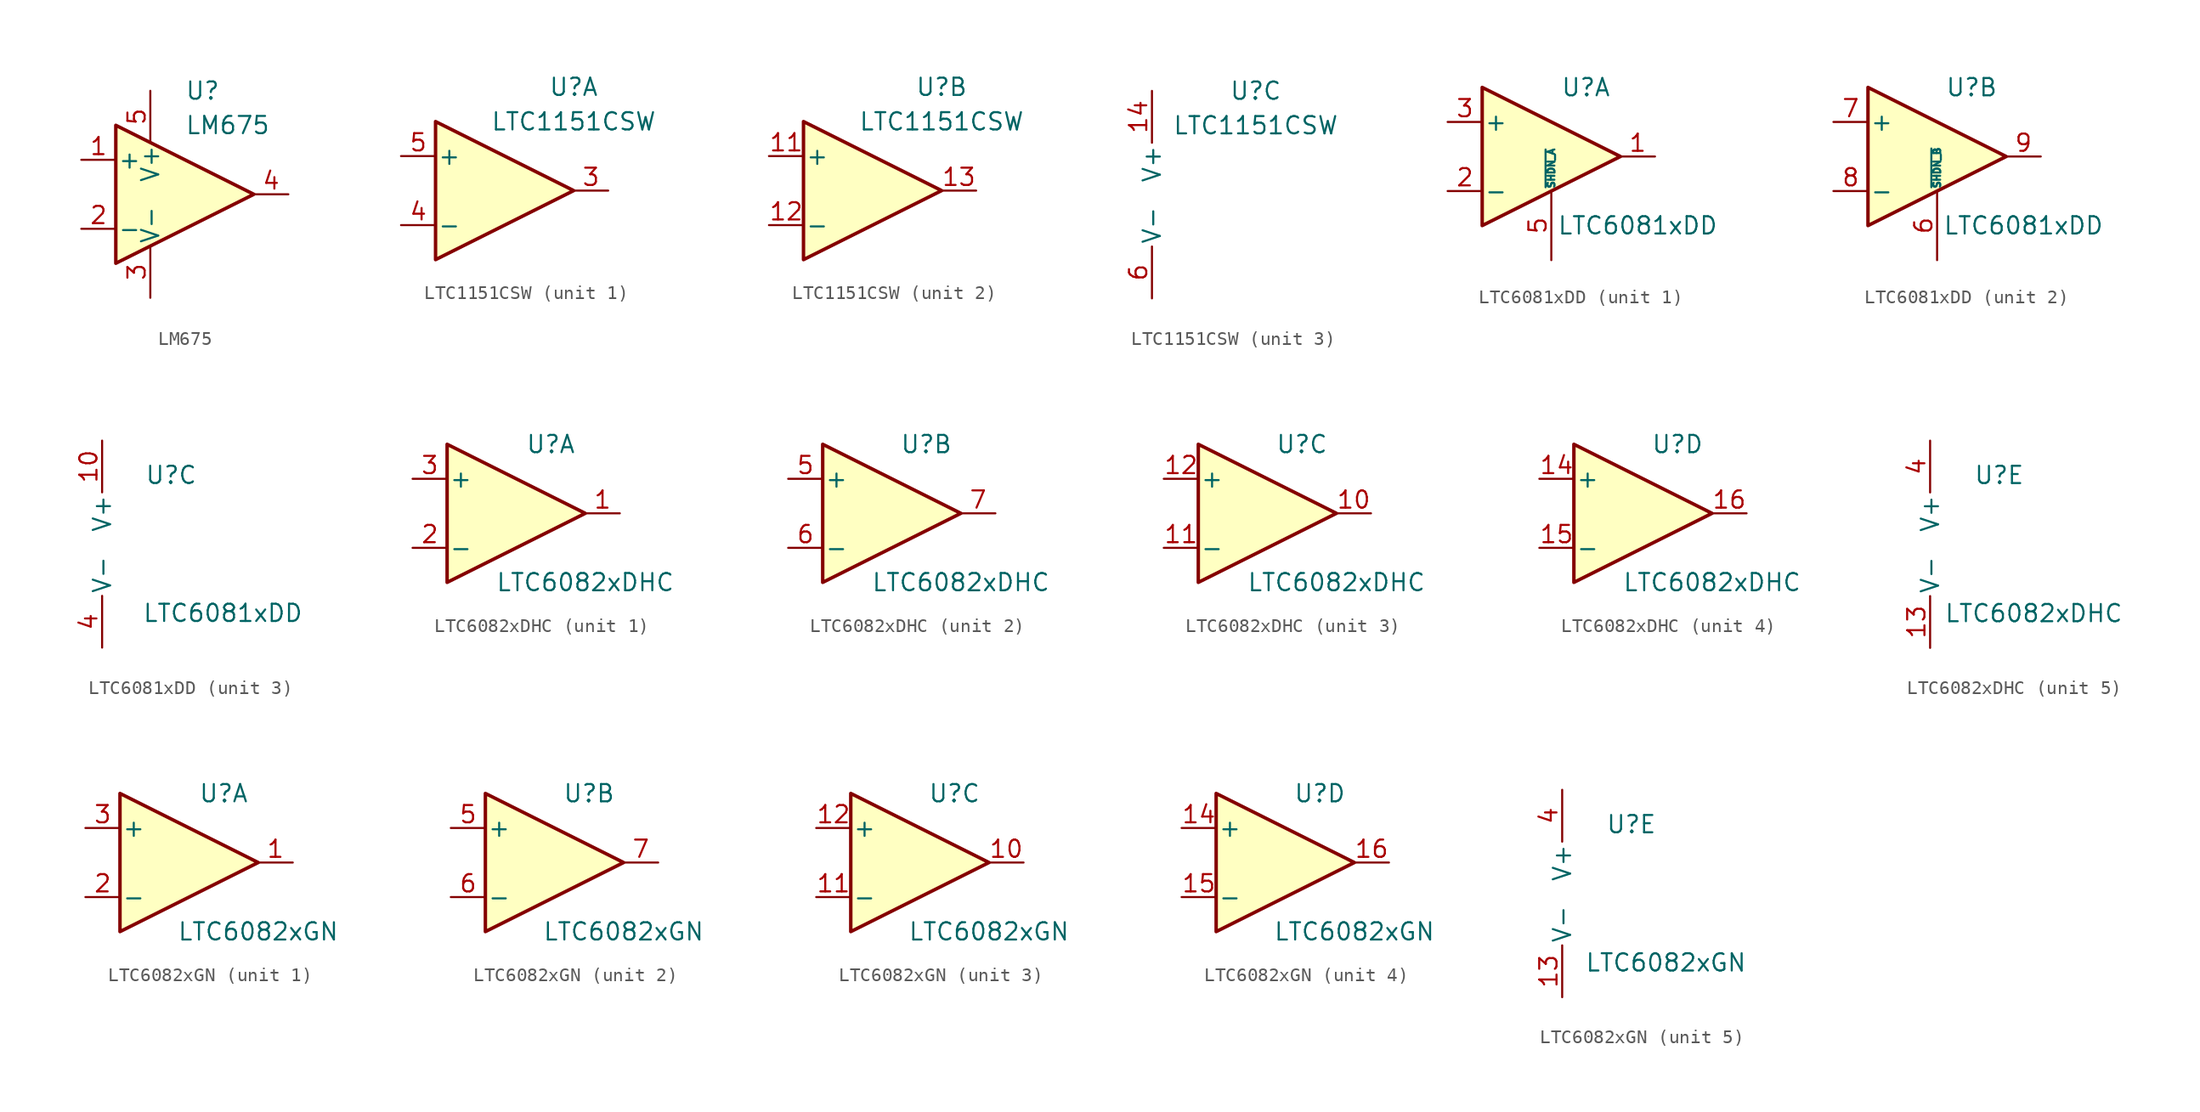
<source format=kicad_sym>
(kicad_symbol_lib
  (version 20201005)
  (generator kicad_symbol_editor)
  (symbol "LM675"
    (pin_names
      (offset 0.127))
    (property "Reference" "U"
      (at 0 7.62 0)
      (effects (font (size 1.27 1.27)) (justify left)))
    (property "Value" "LM675"
      (at 0 5.08 0)
      (effects (font (size 1.27 1.27)) (justify left)))
    (symbol "LM675_0_1"
      (polyline (pts (xy -5.08 5.08) (xy 5.08 0) (xy -5.08 -5.08) (xy -5.08 5.08)) (stroke (width 0.254)) (fill (type background))))
    (symbol "LM675_1_1"
      (pin input line (at -7.62 2.54 0) (length 2.54) (name "+" (effects (font (size 1.27 1.27)))) (number "1" (effects (font (size 1.27 1.27)))))
      (pin input line (at -7.62 -2.54 0) (length 2.54) (name "-" (effects (font (size 1.27 1.27)))) (number "2" (effects (font (size 1.27 1.27)))))
      (pin power_in line (at -2.54 -7.62 90) (length 3.81) (name "V-" (effects (font (size 1.27 1.27)))) (number "3" (effects (font (size 1.27 1.27)))))
      (pin output line (at 7.62 0 180) (length 2.54) (name "~" (effects (font (size 1.27 1.27)))) (number "4" (effects (font (size 1.27 1.27)))))
      (pin power_in line (at -2.54 7.62 270) (length 3.81) (name "V+" (effects (font (size 1.27 1.27)))) (number "5" (effects (font (size 1.27 1.27)))))))
  (symbol "LTC1151CSW"
    (pin_names
      (offset 0.127))
    (property "Reference" "U"
      (at 5.08 7.62 0)
      (effects (font (size 1.27 1.27))))
    (property "Value" "LTC1151CSW"
      (at 5.08 5.08 0)
      (effects (font (size 1.27 1.27))))
    (property "ki_locked" ""
      (at 0 0 0)
      (effects (font (size 1.27 1.27))))
    (symbol "LTC1151CSW_1_1"
      (polyline (pts (xy -5.08 5.08) (xy -5.08 -5.08) (xy 5.08 0) (xy -5.08 5.08)) (stroke (width 0.254)) (fill (type background)))
      (pin no_connect line (at -2.54 -2.54 90) (length 2.54) hide (name "NC" (effects (font (size 1.27 1.27)))) (number "1" (effects (font (size 1.27 1.27)))))
      (pin no_connect line (at 0 -2.54 90) (length 2.54) hide (name "NC" (effects (font (size 1.27 1.27)))) (number "2" (effects (font (size 1.27 1.27)))))
      (pin output line (at 7.62 0 180) (length 2.54) (name "~" (effects (font (size 1.27 1.27)))) (number "3" (effects (font (size 1.27 1.27)))))
      (pin input line (at -7.62 -2.54 0) (length 2.54) (name "-" (effects (font (size 1.27 1.27)))) (number "4" (effects (font (size 1.27 1.27)))))
      (pin input line (at -7.62 2.54 0) (length 2.54) (name "+" (effects (font (size 1.27 1.27)))) (number "5" (effects (font (size 1.27 1.27)))))
      (pin no_connect line (at -2.54 2.54 270) (length 2.54) hide (name "NC" (effects (font (size 1.27 1.27)))) (number "7" (effects (font (size 1.27 1.27)))))
      (pin no_connect line (at 0 2.54 270) (length 2.54) hide (name "NC" (effects (font (size 1.27 1.27)))) (number "8" (effects (font (size 1.27 1.27))))))
    (symbol "LTC1151CSW_2_1"
      (polyline (pts (xy -5.08 5.08) (xy -5.08 -5.08) (xy 5.08 0) (xy -5.08 5.08)) (stroke (width 0.254)) (fill (type background)))
      (pin no_connect line (at 0 -2.54 90) (length 2.54) hide (name "NC" (effects (font (size 1.27 1.27)))) (number "10" (effects (font (size 1.27 1.27)))))
      (pin input line (at -7.62 2.54 0) (length 2.54) (name "+" (effects (font (size 1.27 1.27)))) (number "11" (effects (font (size 1.27 1.27)))))
      (pin input line (at -7.62 -2.54 0) (length 2.54) (name "-" (effects (font (size 1.27 1.27)))) (number "12" (effects (font (size 1.27 1.27)))))
      (pin output line (at 7.62 0 180) (length 2.54) (name "~" (effects (font (size 1.27 1.27)))) (number "13" (effects (font (size 1.27 1.27)))))
      (pin no_connect line (at -2.54 2.54 270) (length 2.54) hide (name "NC" (effects (font (size 1.27 1.27)))) (number "15" (effects (font (size 1.27 1.27)))))
      (pin no_connect line (at 0 2.54 270) (length 2.54) hide (name "NC" (effects (font (size 1.27 1.27)))) (number "16" (effects (font (size 1.27 1.27)))))
      (pin no_connect line (at -2.54 -2.54 90) (length 2.54) hide (name "NC" (effects (font (size 1.27 1.27)))) (number "9" (effects (font (size 1.27 1.27))))))
    (symbol "LTC1151CSW_3_1"
      (pin power_in line (at -2.54 7.62 270) (length 3.81) (name "V+" (effects (font (size 1.27 1.27)))) (number "14" (effects (font (size 1.27 1.27)))))
      (pin power_in line (at -2.54 -7.62 90) (length 3.81) (name "V-" (effects (font (size 1.27 1.27)))) (number "6" (effects (font (size 1.27 1.27)))))))
  (symbol "LTC6081xDD"
    (pin_names
      (offset 0.127))
    (property "Reference" "U"
      (at 2.54 5.08 0)
      (effects (font (size 1.27 1.27))))
    (property "Value" "LTC6081xDD"
      (at 6.35 -5.08 0)
      (effects (font (size 1.27 1.27))))
    (property "ki_locked" ""
      (at 0 0 0)
      (effects (font (size 1.27 1.27))))
    (symbol "LTC6081xDD_1_1"
      (polyline (pts (xy -5.08 5.08) (xy 5.08 0) (xy -5.08 -5.08) (xy -5.08 5.08)) (stroke (width 0.254)) (fill (type background)))
      (pin output line (at 7.62 0 180) (length 2.54) (name "~" (effects (font (size 1.27 1.27)))) (number "1" (effects (font (size 1.27 1.27)))))
      (pin input line (at -7.62 -2.54 0) (length 2.54) (name "-" (effects (font (size 1.27 1.27)))) (number "2" (effects (font (size 1.27 1.27)))))
      (pin input line (at -7.62 2.54 0) (length 2.54) (name "+" (effects (font (size 1.27 1.27)))) (number "3" (effects (font (size 1.27 1.27)))))
      (pin input line (at 0 -7.62 90) (length 5.08) (name "~SHDN_A" (effects (font (size 0.508 0.508)))) (number "5" (effects (font (size 1.27 1.27))))))
    (symbol "LTC6081xDD_2_1"
      (polyline (pts (xy -5.08 5.08) (xy 5.08 0) (xy -5.08 -5.08) (xy -5.08 5.08)) (stroke (width 0.254)) (fill (type background)))
      (pin input line (at 0 -7.62 90) (length 5.08) (name "~SHDN_B" (effects (font (size 0.508 0.508)))) (number "6" (effects (font (size 1.27 1.27)))))
      (pin input line (at -7.62 2.54 0) (length 2.54) (name "+" (effects (font (size 1.27 1.27)))) (number "7" (effects (font (size 1.27 1.27)))))
      (pin input line (at -7.62 -2.54 0) (length 2.54) (name "-" (effects (font (size 1.27 1.27)))) (number "8" (effects (font (size 1.27 1.27)))))
      (pin output line (at 7.62 0 180) (length 2.54) (name "~" (effects (font (size 1.27 1.27)))) (number "9" (effects (font (size 1.27 1.27))))))
    (symbol "LTC6081xDD_3_1"
      (pin power_in line (at -2.54 7.62 270) (length 3.81) (name "V+" (effects (font (size 1.27 1.27)))) (number "10" (effects (font (size 1.27 1.27)))))
      (pin passive line (at -2.54 -7.62 90) (length 3.81) hide (name "V-" (effects (font (size 1.27 1.27)))) (number "11" (effects (font (size 1.27 1.27)))))
      (pin power_in line (at -2.54 -7.62 90) (length 3.81) (name "V-" (effects (font (size 1.27 1.27)))) (number "4" (effects (font (size 1.27 1.27)))))))
  (symbol "LTC6082xDHC"
    (pin_names
      (offset 0.127))
    (property "Reference" "U"
      (at 2.54 5.08 0)
      (effects (font (size 1.27 1.27))))
    (property "Value" "LTC6082xDHC"
      (at 5.08 -5.08 0)
      (effects (font (size 1.27 1.27))))
    (property "ki_locked" ""
      (at 0 0 0)
      (effects (font (size 1.27 1.27))))
    (symbol "LTC6082xDHC_1_1"
      (polyline (pts (xy -5.08 5.08) (xy 5.08 0) (xy -5.08 -5.08) (xy -5.08 5.08)) (stroke (width 0.254)) (fill (type background)))
      (pin output line (at 7.62 0 180) (length 2.54) (name "~" (effects (font (size 1.27 1.27)))) (number "1" (effects (font (size 1.27 1.27)))))
      (pin input line (at -7.62 -2.54 0) (length 2.54) (name "-" (effects (font (size 1.27 1.27)))) (number "2" (effects (font (size 1.27 1.27)))))
      (pin input line (at -7.62 2.54 0) (length 2.54) (name "+" (effects (font (size 1.27 1.27)))) (number "3" (effects (font (size 1.27 1.27)))))
      (pin no_connect line (at -2.54 -2.54 90) (length 2.54) hide (name "NC" (effects (font (size 1.27 1.27)))) (number "8" (effects (font (size 1.27 1.27)))))
      (pin no_connect line (at 0 -2.54 90) (length 2.54) hide (name "NC" (effects (font (size 1.27 1.27)))) (number "9" (effects (font (size 1.27 1.27))))))
    (symbol "LTC6082xDHC_2_1"
      (polyline (pts (xy -5.08 5.08) (xy 5.08 0) (xy -5.08 -5.08) (xy -5.08 5.08)) (stroke (width 0.254)) (fill (type background)))
      (pin input line (at -7.62 2.54 0) (length 2.54) (name "+" (effects (font (size 1.27 1.27)))) (number "5" (effects (font (size 1.27 1.27)))))
      (pin input line (at -7.62 -2.54 0) (length 2.54) (name "-" (effects (font (size 1.27 1.27)))) (number "6" (effects (font (size 1.27 1.27)))))
      (pin output line (at 7.62 0 180) (length 2.54) (name "~" (effects (font (size 1.27 1.27)))) (number "7" (effects (font (size 1.27 1.27))))))
    (symbol "LTC6082xDHC_3_1"
      (polyline (pts (xy -5.08 5.08) (xy 5.08 0) (xy -5.08 -5.08) (xy -5.08 5.08)) (stroke (width 0.254)) (fill (type background)))
      (pin output line (at 7.62 0 180) (length 2.54) (name "~" (effects (font (size 1.27 1.27)))) (number "10" (effects (font (size 1.27 1.27)))))
      (pin input line (at -7.62 -2.54 0) (length 2.54) (name "-" (effects (font (size 1.27 1.27)))) (number "11" (effects (font (size 1.27 1.27)))))
      (pin input line (at -7.62 2.54 0) (length 2.54) (name "+" (effects (font (size 1.27 1.27)))) (number "12" (effects (font (size 1.27 1.27))))))
    (symbol "LTC6082xDHC_4_1"
      (polyline (pts (xy -5.08 5.08) (xy 5.08 0) (xy -5.08 -5.08) (xy -5.08 5.08)) (stroke (width 0.254)) (fill (type background)))
      (pin input line (at -7.62 2.54 0) (length 2.54) (name "+" (effects (font (size 1.27 1.27)))) (number "14" (effects (font (size 1.27 1.27)))))
      (pin input line (at -7.62 -2.54 0) (length 2.54) (name "-" (effects (font (size 1.27 1.27)))) (number "15" (effects (font (size 1.27 1.27)))))
      (pin output line (at 7.62 0 180) (length 2.54) (name "~" (effects (font (size 1.27 1.27)))) (number "16" (effects (font (size 1.27 1.27))))))
    (symbol "LTC6082xDHC_5_1"
      (pin power_in line (at -2.54 -7.62 90) (length 3.81) (name "V-" (effects (font (size 1.27 1.27)))) (number "13" (effects (font (size 1.27 1.27)))))
      (pin passive line (at -2.54 -7.62 90) (length 3.81) hide (name "V-" (effects (font (size 1.27 1.27)))) (number "17" (effects (font (size 1.27 1.27)))))
      (pin power_in line (at -2.54 7.62 270) (length 3.81) (name "V+" (effects (font (size 1.27 1.27)))) (number "4" (effects (font (size 1.27 1.27)))))))
  (symbol "LTC6082xGN"
    (pin_names
      (offset 0.127))
    (property "Reference" "U"
      (at 2.54 5.08 0)
      (effects (font (size 1.27 1.27))))
    (property "Value" "LTC6082xGN"
      (at 5.08 -5.08 0)
      (effects (font (size 1.27 1.27))))
    (property "ki_locked" ""
      (at 0 0 0)
      (effects (font (size 1.27 1.27))))
    (symbol "LTC6082xGN_1_1"
      (polyline (pts (xy -5.08 5.08) (xy 5.08 0) (xy -5.08 -5.08) (xy -5.08 5.08)) (stroke (width 0.254)) (fill (type background)))
      (pin output line (at 7.62 0 180) (length 2.54) (name "~" (effects (font (size 1.27 1.27)))) (number "1" (effects (font (size 1.27 1.27)))))
      (pin input line (at -7.62 -2.54 0) (length 2.54) (name "-" (effects (font (size 1.27 1.27)))) (number "2" (effects (font (size 1.27 1.27)))))
      (pin input line (at -7.62 2.54 0) (length 2.54) (name "+" (effects (font (size 1.27 1.27)))) (number "3" (effects (font (size 1.27 1.27)))))
      (pin no_connect line (at -2.54 -2.54 90) (length 2.54) hide (name "NC" (effects (font (size 1.27 1.27)))) (number "8" (effects (font (size 1.27 1.27)))))
      (pin no_connect line (at 0 -2.54 90) (length 2.54) hide (name "NC" (effects (font (size 1.27 1.27)))) (number "9" (effects (font (size 1.27 1.27))))))
    (symbol "LTC6082xGN_2_1"
      (polyline (pts (xy -5.08 5.08) (xy 5.08 0) (xy -5.08 -5.08) (xy -5.08 5.08)) (stroke (width 0.254)) (fill (type background)))
      (pin input line (at -7.62 2.54 0) (length 2.54) (name "+" (effects (font (size 1.27 1.27)))) (number "5" (effects (font (size 1.27 1.27)))))
      (pin input line (at -7.62 -2.54 0) (length 2.54) (name "-" (effects (font (size 1.27 1.27)))) (number "6" (effects (font (size 1.27 1.27)))))
      (pin output line (at 7.62 0 180) (length 2.54) (name "~" (effects (font (size 1.27 1.27)))) (number "7" (effects (font (size 1.27 1.27))))))
    (symbol "LTC6082xGN_3_1"
      (polyline (pts (xy -5.08 5.08) (xy 5.08 0) (xy -5.08 -5.08) (xy -5.08 5.08)) (stroke (width 0.254)) (fill (type background)))
      (pin output line (at 7.62 0 180) (length 2.54) (name "~" (effects (font (size 1.27 1.27)))) (number "10" (effects (font (size 1.27 1.27)))))
      (pin input line (at -7.62 -2.54 0) (length 2.54) (name "-" (effects (font (size 1.27 1.27)))) (number "11" (effects (font (size 1.27 1.27)))))
      (pin input line (at -7.62 2.54 0) (length 2.54) (name "+" (effects (font (size 1.27 1.27)))) (number "12" (effects (font (size 1.27 1.27))))))
    (symbol "LTC6082xGN_4_1"
      (polyline (pts (xy -5.08 5.08) (xy 5.08 0) (xy -5.08 -5.08) (xy -5.08 5.08)) (stroke (width 0.254)) (fill (type background)))
      (pin input line (at -7.62 2.54 0) (length 2.54) (name "+" (effects (font (size 1.27 1.27)))) (number "14" (effects (font (size 1.27 1.27)))))
      (pin input line (at -7.62 -2.54 0) (length 2.54) (name "-" (effects (font (size 1.27 1.27)))) (number "15" (effects (font (size 1.27 1.27)))))
      (pin output line (at 7.62 0 180) (length 2.54) (name "~" (effects (font (size 1.27 1.27)))) (number "16" (effects (font (size 1.27 1.27))))))
    (symbol "LTC6082xGN_5_1"
      (pin power_in line (at -2.54 -7.62 90) (length 3.81) (name "V-" (effects (font (size 1.27 1.27)))) (number "13" (effects (font (size 1.27 1.27)))))
      (pin power_in line (at -2.54 7.62 270) (length 3.81) (name "V+" (effects (font (size 1.27 1.27)))) (number "4" (effects (font (size 1.27 1.27))))))))
</source>
